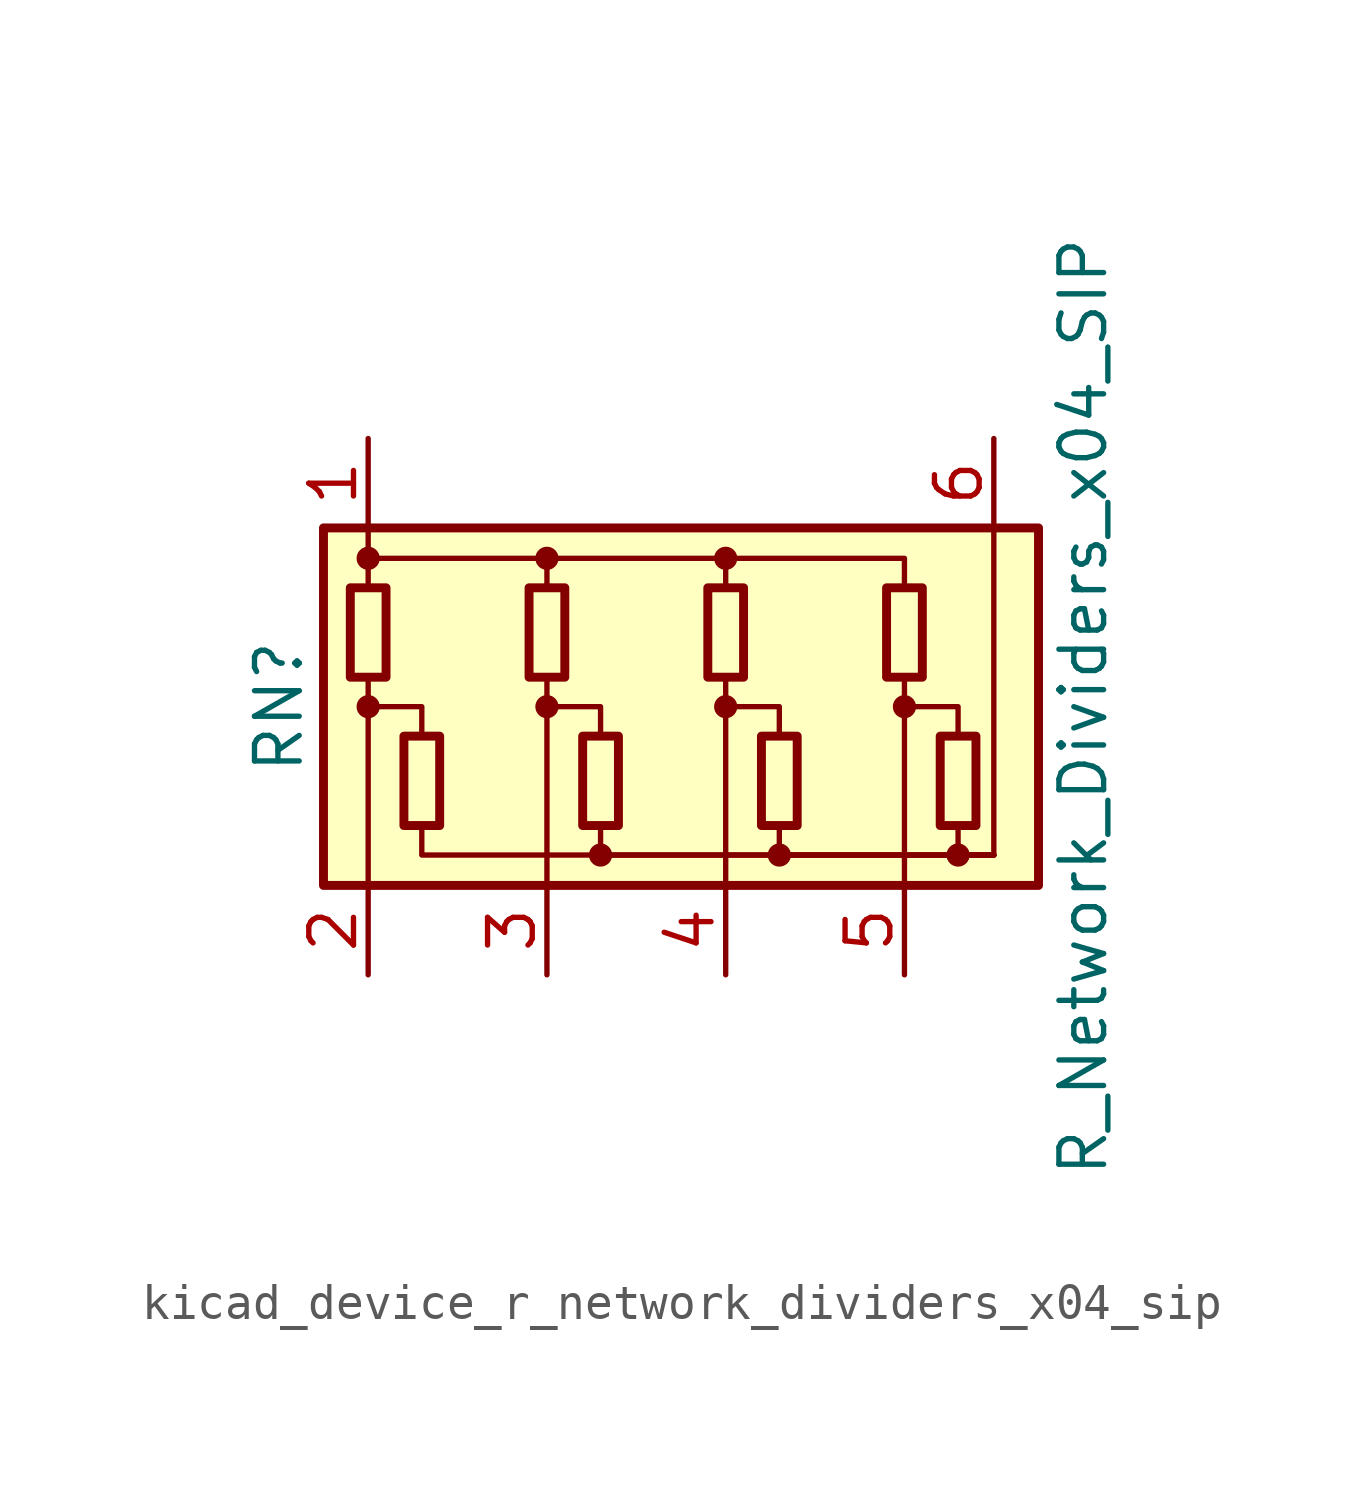
<source format=kicad_sym>
(kicad_symbol_lib
  (version 20220914)
  (generator kicad_symbol_editor)
  (symbol "kicad_device_r_network_dividers_x04_sip"
    (pin_names
      (offset 0) hide)
    (property "Reference" "RN"
      (at -12.7 0 90)
      (effects (font (size 1.27 1.27))))
    (property "Value" "R_Network_Dividers_x04_SIP"
      (at 10.16 0 90)
      (effects (font (size 1.27 1.27))))
    (symbol "kicad_device_r_network_dividers_x04_sip_0_1"
      (rectangle (start -11.43 -5.08) (end 8.89 5.08) (stroke (width 0.254) (type default)) (fill (type background)))
      (rectangle (start -10.668 3.378) (end -9.652 0.838) (stroke (width 0.254) (type default)) (fill (type none)))
      (circle (center -10.16 0) (radius 0.254) (stroke (width 0) (type default)) (fill (type outline)))
      (circle (center -10.16 4.216) (radius 0.254) (stroke (width 0) (type default)) (fill (type outline)))
      (rectangle (start -9.144 -3.378) (end -8.128 -0.838) (stroke (width 0.254) (type default)) (fill (type none)))
      (rectangle (start -5.588 3.378) (end -4.572 0.838) (stroke (width 0.254) (type default)) (fill (type none)))
      (circle (center -5.08 0) (radius 0.254) (stroke (width 0) (type default)) (fill (type outline)))
      (circle (center -5.08 4.216) (radius 0.254) (stroke (width 0) (type default)) (fill (type outline)))
      (rectangle (start -4.064 -3.378) (end -3.048 -0.838) (stroke (width 0.254) (type default)) (fill (type none)))
      (circle (center -3.556 -4.216) (radius 0.254) (stroke (width 0) (type default)) (fill (type outline)))
      (rectangle (start -0.508 3.378) (end 0.508 0.838) (stroke (width 0.254) (type default)) (fill (type none)))
      (polyline (pts (xy -10.16 -5.08) (xy -10.16 0.838)) (stroke (width 0) (type default)) (fill (type none)))
      (polyline (pts (xy -10.16 5.08) (xy -10.16 3.378)) (stroke (width 0) (type default)) (fill (type none)))
      (polyline (pts (xy -5.08 -5.08) (xy -5.08 0.838)) (stroke (width 0) (type default)) (fill (type none)))
      (polyline (pts (xy 0 -5.08) (xy 0 0.838)) (stroke (width 0) (type default)) (fill (type none)))
      (polyline (pts (xy 5.08 -5.08) (xy 5.08 0.838)) (stroke (width 0) (type default)) (fill (type none)))
      (polyline (pts (xy 7.62 -4.216) (xy 7.62 5.08)) (stroke (width 0) (type default)) (fill (type none)))
      (polyline (pts (xy -10.16 0) (xy -8.636 0) (xy -8.636 -0.838)) (stroke (width 0) (type default)) (fill (type none)))
      (polyline (pts (xy -10.16 4.216) (xy -5.08 4.216) (xy -5.08 3.378)) (stroke (width 0) (type default)) (fill (type none)))
      (polyline (pts (xy -8.636 -3.378) (xy -8.636 -4.216) (xy 7.62 -4.216)) (stroke (width 0) (type default)) (fill (type none)))
      (polyline (pts (xy -5.08 0) (xy -3.556 0) (xy -3.556 -0.838)) (stroke (width 0) (type default)) (fill (type none)))
      (polyline (pts (xy -5.08 4.216) (xy 0 4.216) (xy 0 3.378)) (stroke (width 0) (type default)) (fill (type none)))
      (polyline (pts (xy -3.556 -3.378) (xy -3.556 -4.216) (xy 7.62 -4.216)) (stroke (width 0) (type default)) (fill (type none)))
      (polyline (pts (xy 0 0) (xy 1.524 0) (xy 1.524 -0.838)) (stroke (width 0) (type default)) (fill (type none)))
      (polyline (pts (xy 0 4.216) (xy 5.08 4.216) (xy 5.08 3.378)) (stroke (width 0) (type default)) (fill (type none)))
      (polyline (pts (xy 1.524 -3.378) (xy 1.524 -4.216) (xy 7.62 -4.216)) (stroke (width 0) (type default)) (fill (type none)))
      (polyline (pts (xy 5.08 0) (xy 6.604 0) (xy 6.604 -0.838)) (stroke (width 0) (type default)) (fill (type none)))
      (polyline (pts (xy 6.604 -3.378) (xy 6.604 -4.216) (xy 7.62 -4.216)) (stroke (width 0) (type default)) (fill (type none)))
      (circle (center 0 0) (radius 0.254) (stroke (width 0) (type default)) (fill (type outline)))
      (circle (center 0 4.216) (radius 0.254) (stroke (width 0) (type default)) (fill (type outline)))
      (rectangle (start 1.016 -3.378) (end 2.032 -0.838) (stroke (width 0.254) (type default)) (fill (type none)))
      (circle (center 1.524 -4.216) (radius 0.254) (stroke (width 0) (type default)) (fill (type outline)))
      (rectangle (start 4.572 3.378) (end 5.588 0.838) (stroke (width 0.254) (type default)) (fill (type none)))
      (circle (center 5.08 0) (radius 0.254) (stroke (width 0) (type default)) (fill (type outline)))
      (rectangle (start 6.096 -3.378) (end 7.112 -0.838) (stroke (width 0.254) (type default)) (fill (type none)))
      (circle (center 6.604 -4.216) (radius 0.254) (stroke (width 0) (type default)) (fill (type outline))))
    (symbol "kicad_device_r_network_dividers_x04_sip_1_1"
      (pin passive line (at -10.16 7.62 270) (length 2.54) (name "COM1" (effects (font (size 1.27 1.27)))) (number "1" (effects (font (size 1.27 1.27)))))
      (pin passive line (at -10.16 -7.62 90) (length 2.54) (name "R1" (effects (font (size 1.27 1.27)))) (number "2" (effects (font (size 1.27 1.27)))))
      (pin passive line (at -5.08 -7.62 90) (length 2.54) (name "R2" (effects (font (size 1.27 1.27)))) (number "3" (effects (font (size 1.27 1.27)))))
      (pin passive line (at 0 -7.62 90) (length 2.54) (name "R3" (effects (font (size 1.27 1.27)))) (number "4" (effects (font (size 1.27 1.27)))))
      (pin passive line (at 5.08 -7.62 90) (length 2.54) (name "R4" (effects (font (size 1.27 1.27)))) (number "5" (effects (font (size 1.27 1.27)))))
      (pin passive line (at 7.62 7.62 270) (length 2.54) (name "COM2" (effects (font (size 1.27 1.27)))) (number "6" (effects (font (size 1.27 1.27))))))))
</source>
